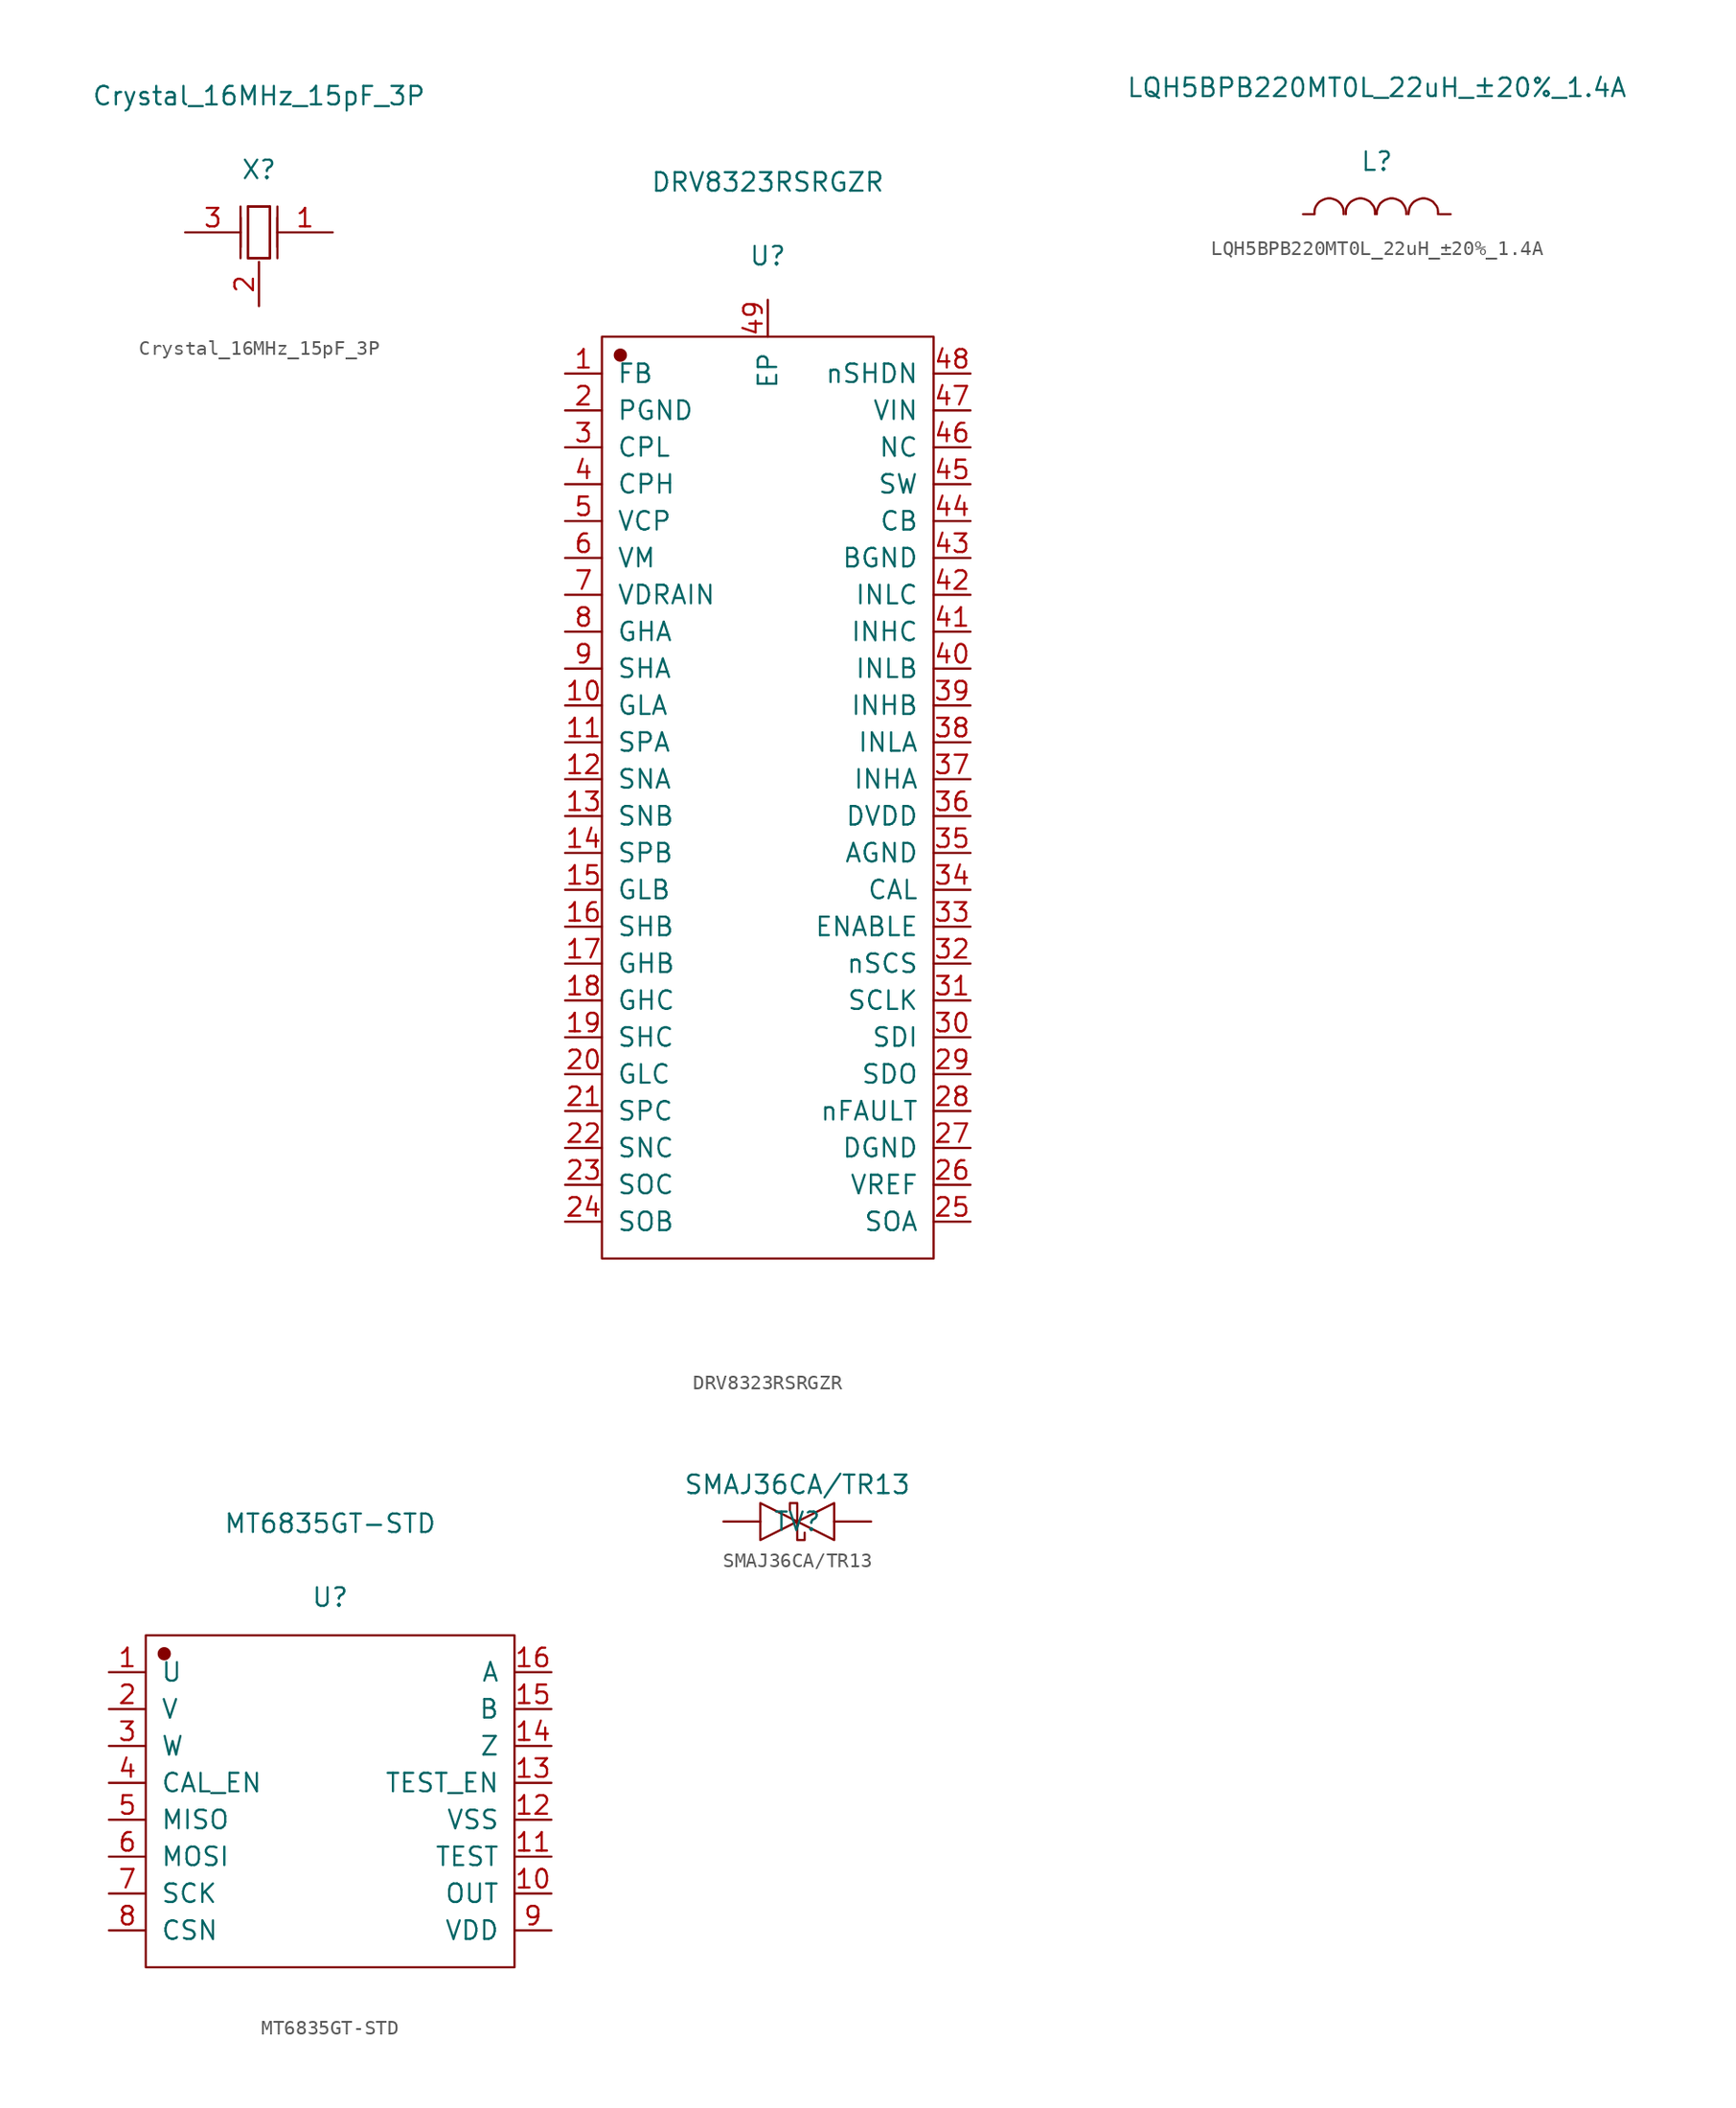
<source format=kicad_sym>
(kicad_symbol_lib
  (version 20241209)
  (generator "kicad_symbol_editor")
  (generator_version "9.0")
  (symbol "Crystal_16MHz_15pF_3P"
    (pin_names
      (offset 1.016)
      (hide yes))
    (property "Reference" "X"
      (at 0 4.318 0)
      (effects (font (size 1.27 1.27))))
    (property "Value" "Crystal_16MHz_15pF_3P"
      (at 0 9.398 0)
      (effects (font (size 1.27 1.27))))
    (symbol "Crystal_16MHz_15pF_3P_1_1"
      (polyline (pts (xy -1.27 1.778) (xy -1.27 -1.778)) (stroke (width 0.152) (type solid)) (fill (type none)))
      (polyline (pts (xy -1.27 1.016) (xy -1.27 -1.016)) (stroke (width 0.152) (type solid)) (fill (type none)))
      (polyline (pts (xy -0.762 1.778) (xy 0.762 1.778)) (stroke (width 0.152) (type solid)) (fill (type none)))
      (polyline (pts (xy -0.762 -1.778) (xy -0.762 1.778) (xy 0.762 1.778) (xy 0.762 -1.778) (xy -0.762 -1.778)) (stroke (width 0.152) (type solid)) (fill (type none)))
      (polyline (pts (xy 0.762 1.778) (xy 0.762 -1.778) (xy -0.762 -1.778) (xy -0.762 1.778)) (stroke (width 0.152) (type solid)) (fill (type none)))
      (polyline (pts (xy 1.27 1.778) (xy 1.27 -1.778)) (stroke (width 0.152) (type solid)) (fill (type none)))
      (polyline (pts (xy 1.27 1.016) (xy 1.27 -1.016)) (stroke (width 0.152) (type solid)) (fill (type none)))
      (pin passive line (at -5.08 0 0) (length 3.81) (name "OSC2" (effects (font (size 1.27 1.27)))) (number "3" (effects (font (size 1.27 1.27)))))
      (pin passive line (at 0 -5.08 90) (length 3.048) (name "GND" (effects (font (size 1.27 1.27)))) (number "2" (effects (font (size 1.27 1.27)))))
      (pin passive line (at 5.08 0 180) (length 3.81) (name "OSC1" (effects (font (size 1.27 1.27)))) (number "1" (effects (font (size 1.27 1.27)))))))
  (symbol "DRV8323RSRGZR"
    (pin_names
      (offset 1.016))
    (property "Reference" "U"
      (at 0 37.313 0)
      (effects (font (size 1.27 1.27))))
    (property "Value" "DRV8323RSRGZR"
      (at 0 42.393 0)
      (effects (font (size 1.27 1.27))))
    (symbol "DRV8323RSRGZR_1_1"
      (rectangle (start -11.43 31.75) (end 11.43 -31.75) (stroke (width 0.152) (type solid)) (fill (type none)))
      (circle (center -10.16 30.48) (radius 0.381) (stroke (width 0.152) (type solid)) (fill (type outline)))
      (pin input line (at -13.97 29.21 0) (length 2.54) (name "FB" (effects (font (size 1.27 1.27)))) (number "1" (effects (font (size 1.27 1.27)))))
      (pin power_in line (at -13.97 26.67 0) (length 2.54) (name "PGND" (effects (font (size 1.27 1.27)))) (number "2" (effects (font (size 1.27 1.27)))))
      (pin passive line (at -13.97 24.13 0) (length 2.54) (name "CPL" (effects (font (size 1.27 1.27)))) (number "3" (effects (font (size 1.27 1.27)))))
      (pin passive line (at -13.97 21.59 0) (length 2.54) (name "CPH" (effects (font (size 1.27 1.27)))) (number "4" (effects (font (size 1.27 1.27)))))
      (pin power_out line (at -13.97 19.05 0) (length 2.54) (name "VCP" (effects (font (size 1.27 1.27)))) (number "5" (effects (font (size 1.27 1.27)))))
      (pin power_in line (at -13.97 16.51 0) (length 2.54) (name "VM" (effects (font (size 1.27 1.27)))) (number "6" (effects (font (size 1.27 1.27)))))
      (pin input line (at -13.97 13.97 0) (length 2.54) (name "VDRAIN" (effects (font (size 1.27 1.27)))) (number "7" (effects (font (size 1.27 1.27)))))
      (pin output line (at -13.97 11.43 0) (length 2.54) (name "GHA" (effects (font (size 1.27 1.27)))) (number "8" (effects (font (size 1.27 1.27)))))
      (pin input line (at -13.97 8.89 0) (length 2.54) (name "SHA" (effects (font (size 1.27 1.27)))) (number "9" (effects (font (size 1.27 1.27)))))
      (pin output line (at -13.97 6.35 0) (length 2.54) (name "GLA" (effects (font (size 1.27 1.27)))) (number "10" (effects (font (size 1.27 1.27)))))
      (pin input line (at -13.97 3.81 0) (length 2.54) (name "SPA" (effects (font (size 1.27 1.27)))) (number "11" (effects (font (size 1.27 1.27)))))
      (pin input line (at -13.97 1.27 0) (length 2.54) (name "SNA" (effects (font (size 1.27 1.27)))) (number "12" (effects (font (size 1.27 1.27)))))
      (pin input line (at -13.97 -1.27 0) (length 2.54) (name "SNB" (effects (font (size 1.27 1.27)))) (number "13" (effects (font (size 1.27 1.27)))))
      (pin input line (at -13.97 -3.81 0) (length 2.54) (name "SPB" (effects (font (size 1.27 1.27)))) (number "14" (effects (font (size 1.27 1.27)))))
      (pin output line (at -13.97 -6.35 0) (length 2.54) (name "GLB" (effects (font (size 1.27 1.27)))) (number "15" (effects (font (size 1.27 1.27)))))
      (pin input line (at -13.97 -8.89 0) (length 2.54) (name "SHB" (effects (font (size 1.27 1.27)))) (number "16" (effects (font (size 1.27 1.27)))))
      (pin output line (at -13.97 -11.43 0) (length 2.54) (name "GHB" (effects (font (size 1.27 1.27)))) (number "17" (effects (font (size 1.27 1.27)))))
      (pin output line (at -13.97 -13.97 0) (length 2.54) (name "GHC" (effects (font (size 1.27 1.27)))) (number "18" (effects (font (size 1.27 1.27)))))
      (pin input line (at -13.97 -16.51 0) (length 2.54) (name "SHC" (effects (font (size 1.27 1.27)))) (number "19" (effects (font (size 1.27 1.27)))))
      (pin output line (at -13.97 -19.05 0) (length 2.54) (name "GLC" (effects (font (size 1.27 1.27)))) (number "20" (effects (font (size 1.27 1.27)))))
      (pin input line (at -13.97 -21.59 0) (length 2.54) (name "SPC" (effects (font (size 1.27 1.27)))) (number "21" (effects (font (size 1.27 1.27)))))
      (pin input line (at -13.97 -24.13 0) (length 2.54) (name "SNC" (effects (font (size 1.27 1.27)))) (number "22" (effects (font (size 1.27 1.27)))))
      (pin output line (at -13.97 -26.67 0) (length 2.54) (name "SOC" (effects (font (size 1.27 1.27)))) (number "23" (effects (font (size 1.27 1.27)))))
      (pin output line (at -13.97 -29.21 0) (length 2.54) (name "SOB" (effects (font (size 1.27 1.27)))) (number "24" (effects (font (size 1.27 1.27)))))
      (pin passive line (at 0 34.29 270) (length 2.54) (name "EP" (effects (font (size 1.27 1.27)))) (number "49" (effects (font (size 1.27 1.27)))))
      (pin input line (at 13.97 29.21 180) (length 2.54) (name "nSHDN" (effects (font (size 1.27 1.27)))) (number "48" (effects (font (size 1.27 1.27)))))
      (pin power_in line (at 13.97 26.67 180) (length 2.54) (name "VIN" (effects (font (size 1.27 1.27)))) (number "47" (effects (font (size 1.27 1.27)))))
      (pin passive line (at 13.97 24.13 180) (length 2.54) (name "NC" (effects (font (size 1.27 1.27)))) (number "46" (effects (font (size 1.27 1.27)))))
      (pin output line (at 13.97 21.59 180) (length 2.54) (name "SW" (effects (font (size 1.27 1.27)))) (number "45" (effects (font (size 1.27 1.27)))))
      (pin input line (at 13.97 19.05 180) (length 2.54) (name "CB" (effects (font (size 1.27 1.27)))) (number "44" (effects (font (size 1.27 1.27)))))
      (pin power_in line (at 13.97 16.51 180) (length 2.54) (name "BGND" (effects (font (size 1.27 1.27)))) (number "43" (effects (font (size 1.27 1.27)))))
      (pin input line (at 13.97 13.97 180) (length 2.54) (name "INLC" (effects (font (size 1.27 1.27)))) (number "42" (effects (font (size 1.27 1.27)))))
      (pin input line (at 13.97 11.43 180) (length 2.54) (name "INHC" (effects (font (size 1.27 1.27)))) (number "41" (effects (font (size 1.27 1.27)))))
      (pin input line (at 13.97 8.89 180) (length 2.54) (name "INLB" (effects (font (size 1.27 1.27)))) (number "40" (effects (font (size 1.27 1.27)))))
      (pin input line (at 13.97 6.35 180) (length 2.54) (name "INHB" (effects (font (size 1.27 1.27)))) (number "39" (effects (font (size 1.27 1.27)))))
      (pin input line (at 13.97 3.81 180) (length 2.54) (name "INLA" (effects (font (size 1.27 1.27)))) (number "38" (effects (font (size 1.27 1.27)))))
      (pin input line (at 13.97 1.27 180) (length 2.54) (name "INHA" (effects (font (size 1.27 1.27)))) (number "37" (effects (font (size 1.27 1.27)))))
      (pin power_out line (at 13.97 -1.27 180) (length 2.54) (name "DVDD" (effects (font (size 1.27 1.27)))) (number "36" (effects (font (size 1.27 1.27)))))
      (pin power_in line (at 13.97 -3.81 180) (length 2.54) (name "AGND" (effects (font (size 1.27 1.27)))) (number "35" (effects (font (size 1.27 1.27)))))
      (pin input line (at 13.97 -6.35 180) (length 2.54) (name "CAL" (effects (font (size 1.27 1.27)))) (number "34" (effects (font (size 1.27 1.27)))))
      (pin input line (at 13.97 -8.89 180) (length 2.54) (name "ENABLE" (effects (font (size 1.27 1.27)))) (number "33" (effects (font (size 1.27 1.27)))))
      (pin input line (at 13.97 -11.43 180) (length 2.54) (name "nSCS" (effects (font (size 1.27 1.27)))) (number "32" (effects (font (size 1.27 1.27)))))
      (pin bidirectional line (at 13.97 -13.97 180) (length 2.54) (name "SCLK" (effects (font (size 1.27 1.27)))) (number "31" (effects (font (size 1.27 1.27)))))
      (pin bidirectional line (at 13.97 -16.51 180) (length 2.54) (name "SDI" (effects (font (size 1.27 1.27)))) (number "30" (effects (font (size 1.27 1.27)))))
      (pin bidirectional line (at 13.97 -19.05 180) (length 2.54) (name "SDO" (effects (font (size 1.27 1.27)))) (number "29" (effects (font (size 1.27 1.27)))))
      (pin output line (at 13.97 -21.59 180) (length 2.54) (name "nFAULT" (effects (font (size 1.27 1.27)))) (number "28" (effects (font (size 1.27 1.27)))))
      (pin power_in line (at 13.97 -24.13 180) (length 2.54) (name "DGND" (effects (font (size 1.27 1.27)))) (number "27" (effects (font (size 1.27 1.27)))))
      (pin power_in line (at 13.97 -26.67 180) (length 2.54) (name "VREF" (effects (font (size 1.27 1.27)))) (number "26" (effects (font (size 1.27 1.27)))))
      (pin output line (at 13.97 -29.21 180) (length 2.54) (name "SOA" (effects (font (size 1.27 1.27)))) (number "25" (effects (font (size 1.27 1.27)))))))
  (symbol "LQH5BPB220MT0L_22uH_±20%_1.4A"
    (pin_numbers
      (hide yes))
    (pin_names
      (offset 1.016)
      (hide yes))
    (property "Reference" "L"
      (at 0 3.632 0)
      (effects (font (size 1.27 1.27))))
    (property "Value" "LQH5BPB220MT0L_22uH_±20%_1.4A"
      (at 0 8.712 0)
      (effects (font (size 1.27 1.27))))
    (symbol "LQH5BPB220MT0L_22uH_±20%_1.4A_1_1"
      (polyline (pts (xy -4.293 0) (xy -4.293 0.203) (xy -4.267 0.381) (xy -4.191 0.559) (xy -4.064 0.737) (xy -3.937 0.864) (xy -3.759 0.965) (xy -3.581 1.041) (xy -3.378 1.092) (xy -3.175 1.092) (xy -2.997 1.041) (xy -2.794 0.965) (xy -2.642 0.864) (xy -2.489 0.711) (xy -2.388 0.559) (xy -2.311 0.381) (xy -2.286 0.178) (xy -2.286 0)) (stroke (width 0.152) (type solid)) (fill (type none)))
      (polyline (pts (xy -2.134 0) (xy -2.134 0.203) (xy -2.108 0.381) (xy -2.032 0.559) (xy -1.905 0.737) (xy -1.778 0.864) (xy -1.6 0.965) (xy -1.422 1.041) (xy -1.219 1.092) (xy -1.041 1.092) (xy -0.838 1.041) (xy -0.66 0.965) (xy -0.483 0.864) (xy -0.356 0.711) (xy -0.229 0.559) (xy -0.152 0.381) (xy -0.127 0.178) (xy -0.127 0)) (stroke (width 0.152) (type solid)) (fill (type none)))
      (polyline (pts (xy 0 0) (xy 0 0.203) (xy 0.051 0.381) (xy 0.127 0.559) (xy 0.229 0.737) (xy 0.381 0.864) (xy 0.533 0.965) (xy 0.737 1.041) (xy 0.914 1.092) (xy 1.118 1.092) (xy 1.321 1.041) (xy 1.499 0.965) (xy 1.676 0.864) (xy 1.803 0.711) (xy 1.905 0.559) (xy 1.981 0.381) (xy 2.032 0.178) (xy 2.032 0)) (stroke (width 0.152) (type solid)) (fill (type none)))
      (polyline (pts (xy 2.184 0) (xy 2.21 0.203) (xy 2.235 0.381) (xy 2.311 0.559) (xy 2.438 0.737) (xy 2.565 0.864) (xy 2.743 0.965) (xy 2.921 1.041) (xy 3.124 1.092) (xy 3.302 1.092) (xy 3.505 1.041) (xy 3.683 0.965) (xy 3.861 0.864) (xy 3.988 0.711) (xy 4.115 0.559) (xy 4.191 0.381) (xy 4.216 0.178) (xy 4.216 0)) (stroke (width 0.152) (type solid)) (fill (type none)))
      (pin input line (at -5.08 0 0) (length 0.762) (name "1" (effects (font (size 1.27 1.27)))) (number "1" (effects (font (size 1.27 1.27)))))
      (pin input line (at 5.08 0 180) (length 0.762) (name "2" (effects (font (size 1.27 1.27)))) (number "2" (effects (font (size 1.27 1.27)))))))
  (symbol "MT6835GT-STD"
    (pin_names
      (offset 1.016))
    (property "Reference" "U"
      (at 0 14.046 0)
      (effects (font (size 1.27 1.27))))
    (property "Value" "MT6835GT-STD"
      (at 0 19.126 0)
      (effects (font (size 1.27 1.27))))
    (symbol "MT6835GT-STD_1_1"
      (rectangle (start -12.7 11.43) (end 12.7 -11.43) (stroke (width 0.152) (type solid)) (fill (type none)))
      (circle (center -11.43 10.16) (radius 0.381) (stroke (width 0.152) (type solid)) (fill (type outline)))
      (pin output line (at -15.24 8.89 0) (length 2.54) (name "U" (effects (font (size 1.27 1.27)))) (number "1" (effects (font (size 1.27 1.27)))))
      (pin output line (at -15.24 6.35 0) (length 2.54) (name "V" (effects (font (size 1.27 1.27)))) (number "2" (effects (font (size 1.27 1.27)))))
      (pin output line (at -15.24 3.81 0) (length 2.54) (name "W" (effects (font (size 1.27 1.27)))) (number "3" (effects (font (size 1.27 1.27)))))
      (pin input line (at -15.24 1.27 0) (length 2.54) (name "CAL_EN" (effects (font (size 1.27 1.27)))) (number "4" (effects (font (size 1.27 1.27)))))
      (pin output line (at -15.24 -1.27 0) (length 2.54) (name "MISO" (effects (font (size 1.27 1.27)))) (number "5" (effects (font (size 1.27 1.27)))))
      (pin input line (at -15.24 -3.81 0) (length 2.54) (name "MOSI" (effects (font (size 1.27 1.27)))) (number "6" (effects (font (size 1.27 1.27)))))
      (pin input line (at -15.24 -6.35 0) (length 2.54) (name "SCK" (effects (font (size 1.27 1.27)))) (number "7" (effects (font (size 1.27 1.27)))))
      (pin input line (at -15.24 -8.89 0) (length 2.54) (name "CSN" (effects (font (size 1.27 1.27)))) (number "8" (effects (font (size 1.27 1.27)))))
      (pin output line (at 15.24 8.89 180) (length 2.54) (name "A" (effects (font (size 1.27 1.27)))) (number "16" (effects (font (size 1.27 1.27)))))
      (pin output line (at 15.24 6.35 180) (length 2.54) (name "B" (effects (font (size 1.27 1.27)))) (number "15" (effects (font (size 1.27 1.27)))))
      (pin output line (at 15.24 3.81 180) (length 2.54) (name "Z" (effects (font (size 1.27 1.27)))) (number "14" (effects (font (size 1.27 1.27)))))
      (pin input line (at 15.24 1.27 180) (length 2.54) (name "TEST_EN" (effects (font (size 1.27 1.27)))) (number "13" (effects (font (size 1.27 1.27)))))
      (pin power_in line (at 15.24 -1.27 180) (length 2.54) (name "VSS" (effects (font (size 1.27 1.27)))) (number "12" (effects (font (size 1.27 1.27)))))
      (pin input line (at 15.24 -3.81 180) (length 2.54) (name "TEST" (effects (font (size 1.27 1.27)))) (number "11" (effects (font (size 1.27 1.27)))))
      (pin output line (at 15.24 -6.35 180) (length 2.54) (name "OUT" (effects (font (size 1.27 1.27)))) (number "10" (effects (font (size 1.27 1.27)))))
      (pin power_in line (at 15.24 -8.89 180) (length 2.54) (name "VDD" (effects (font (size 1.27 1.27)))) (number "9" (effects (font (size 1.27 1.27)))))))
  (symbol "SMAJ36CA/TR13"
    (pin_numbers
      (hide yes))
    (pin_names
      (offset 1.016)
      (hide yes))
    (property "Reference" "TV"
      (at 0 0 0)
      (effects (font (size 1.27 1.27))))
    (property "Value" "SMAJ36CA{slash}TR13"
      (at 0 2.54 0)
      (effects (font (size 1.27 1.27))))
    (symbol "SMAJ36CA/TR13_1_1"
      (polyline (pts (xy -2.54 -1.27) (xy 0 0) (xy 0 0) (xy -2.54 1.27) (xy -2.54 1.27) (xy -2.54 -1.27)) (stroke (width 0) (type default)) (fill (type none)))
      (polyline (pts (xy -0.508 0.762) (xy -0.508 1.27) (xy -0.508 1.27) (xy 0 1.27) (xy 0 1.27) (xy 0 -1.27) (xy 0 -1.27) (xy 0.508 -1.27) (xy 0.508 -1.27) (xy 0.508 -0.762)) (stroke (width 0) (type default)) (fill (type none)))
      (polyline (pts (xy 2.54 1.27) (xy 0 0) (xy 0 0) (xy 2.54 -1.27) (xy 2.54 -1.27) (xy 2.54 1.27)) (stroke (width 0) (type default)) (fill (type none)))
      (pin passive line (at -5.08 0 0) (length 2.54) (name "K" (effects (font (size 1.27 1.27)))) (number "1" (effects (font (size 1.27 1.27)))))
      (pin passive line (at 5.08 0 180) (length 2.54) (name "A" (effects (font (size 1.27 1.27)))) (number "2" (effects (font (size 1.27 1.27))))))))
</source>
